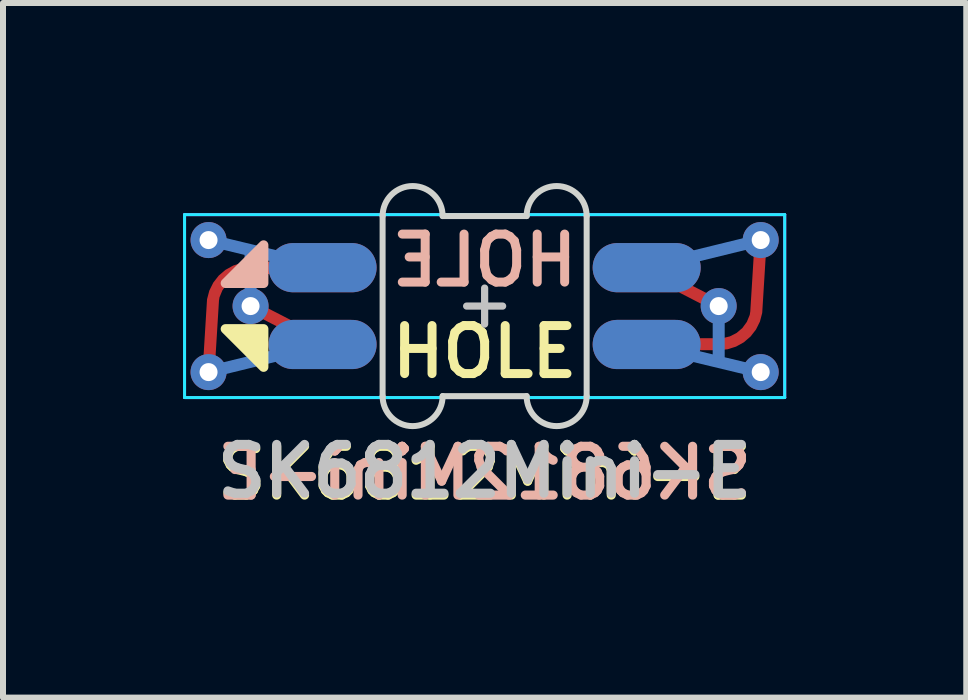
<source format=kicad_pcb>
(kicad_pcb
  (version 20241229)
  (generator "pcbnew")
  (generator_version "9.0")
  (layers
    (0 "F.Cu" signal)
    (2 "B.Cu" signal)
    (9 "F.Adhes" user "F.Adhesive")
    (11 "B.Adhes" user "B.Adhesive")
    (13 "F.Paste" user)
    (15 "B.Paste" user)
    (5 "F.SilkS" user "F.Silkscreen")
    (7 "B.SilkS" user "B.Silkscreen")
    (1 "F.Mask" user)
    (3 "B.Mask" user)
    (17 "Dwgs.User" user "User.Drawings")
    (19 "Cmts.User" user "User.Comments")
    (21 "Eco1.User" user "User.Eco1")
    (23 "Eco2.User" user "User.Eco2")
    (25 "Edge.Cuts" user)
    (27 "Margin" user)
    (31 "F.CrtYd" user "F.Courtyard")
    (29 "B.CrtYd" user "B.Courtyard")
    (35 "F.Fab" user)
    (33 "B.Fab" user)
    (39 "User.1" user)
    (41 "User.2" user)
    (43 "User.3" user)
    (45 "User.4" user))
  (footprint "SK6812Mini-E"
    (layer "F.Cu")
    (at 5.025 2.05)
    (property "Reference" "SK6812Mini-E" (at 0 2.75 0) (layer "Dwgs.User") (effects (font (size 0.813 0.813) (thickness 0.152))))
    (attr through_hole)
    (fp_poly (pts (xy -4.318 0.381) (xy -3.683 0.381) (xy -3.683 1.016)) (stroke (width 0.16) (type solid)) (fill yes) (layer "F.SilkS"))
    (fp_poly (pts (xy -3.683 -1.016) (xy -3.683 -0.381) (xy -4.318 -0.381)) (stroke (width 0.16) (type solid)) (fill yes) (layer "B.SilkS"))
    (fp_line (start -0.3 0) (end 0.3 0) (stroke (width 0.12) (type solid)) (layer "Dwgs.User"))
    (fp_line (start 0 0.3) (end 0 -0.3) (stroke (width 0.12) (type solid)) (layer "Dwgs.User"))
    (fp_line (start -1.7 -1.5) (end -1.7 1.5) (stroke (width 0.1) (type solid)) (layer "Edge.Cuts"))
    (fp_line (start -0.7 -1.5) (end 0.7 -1.5) (stroke (width 0.1) (type solid)) (layer "Edge.Cuts"))
    (fp_line (start -0.7 1.5) (end 0.7 1.5) (stroke (width 0.1) (type solid)) (layer "Edge.Cuts"))
    (fp_line (start 1.7 1.5) (end 1.7 -1.5) (stroke (width 0.1) (type solid)) (layer "Edge.Cuts"))
    (fp_arc (start -1.7 -1.5) (mid -1.2 -2) (end -0.7 -1.5) (stroke (width 0.1) (type solid)) (layer "Edge.Cuts"))
    (fp_arc (start -0.7 1.5) (mid -1.2 2) (end -1.7 1.5) (stroke (width 0.1) (type solid)) (layer "Edge.Cuts"))
    (fp_arc (start 0.7 -1.5) (mid 1.2 -2) (end 1.7 -1.5) (stroke (width 0.1) (type solid)) (layer "Edge.Cuts"))
    (fp_arc (start 1.7 1.5) (mid 1.2 2) (end 0.7 1.5) (stroke (width 0.1) (type solid)) (layer "Edge.Cuts"))
    (fp_line (start -5 -1.524) (end 5 -1.524) (stroke (width 0.05) (type solid)) (layer "B.CrtYd"))
    (fp_line (start -5 1.524) (end -5 -1.524) (stroke (width 0.05) (type solid)) (layer "B.CrtYd"))
    (fp_line (start 5 -1.524) (end 5 1.524) (stroke (width 0.05) (type solid)) (layer "B.CrtYd"))
    (fp_line (start 5 1.524) (end -5 1.524) (stroke (width 0.05) (type solid)) (layer "B.CrtYd"))
    (fp_line (start -5 -1.524) (end -5 1.524) (stroke (width 0.05) (type solid)) (layer "F.CrtYd"))
    (fp_line (start -5 -1.524) (end 5 -1.524) (stroke (width 0.05) (type solid)) (layer "F.CrtYd"))
    (fp_line (start 5 -1.524) (end 5 1.524) (stroke (width 0.05) (type solid)) (layer "F.CrtYd"))
    (fp_line (start 5 1.524) (end -5 1.524) (stroke (width 0.05) (type solid)) (layer "F.CrtYd"))
    (fp_text user "HOLE" (at 0 0.762 0) (layer "F.SilkS") (effects (font (size 0.8 0.8) (thickness 0.15))))
    (fp_text user "${REFERENCE}" (at 0 2.781 0) (layer "F.SilkS") (effects (font (size 0.813 0.813) (thickness 0.152))))
    (fp_text user "${REFERENCE}" (at 0 2.781 0) (layer "B.SilkS") (effects (font (size 0.813 0.813) (thickness 0.152)) (justify mirror)))
    (fp_text user "HOLE" (at 0 -0.762 0) (layer "B.SilkS") (effects (font (size 0.8 0.8) (thickness 0.15)) (justify mirror)))
    (pad "1" smd custom (at 2.7 -0.64 180) (size 0.01 0.01) (layers "F.Cu") (options (anchor circle)) (primitives (gr_line (start -1.2 -0.64) (end 0.033 -0.005) (width 0.2))))
    (pad "1" smd oval (at 2.7 -0.64) (size 1.8 0.82) (layers "F.Cu" "F.Mask" "F.Paste"))
    (pad "1" smd custom (at 2.7 0.64 180) (size 0.01 0.01) (layers "B.Cu") (options (anchor circle)) (primitives (gr_line (start 0.033 0.005) (end -1.9 -0.46) (width 0.2)) (gr_line (start -1.2 0.64) (end -1.2 -0.26) (width 0.2))))
    (pad "1" smd oval (at 2.7 0.64) (size 1.8 0.82) (layers "B.Cu" "B.Mask" "B.Paste"))
    (pad "1" thru_hole circle (at 3.9 0 180) (size 0.6 0.6) (drill 0.3) (layers "*.Cu"))
    (pad "1" thru_hole circle (at 4.6 1.1 180) (size 0.6 0.6) (drill 0.3) (layers "*.Cu"))
    (pad "2" smd custom (at 2.7 -0.64 180) (size 0.01 0.01) (layers "B.Cu") (options (anchor circle)) (primitives (gr_line (start -1.9 0.46) (end 0 -0.005) (width 0.2))))
    (pad "2" smd oval (at 2.7 -0.64) (size 1.8 0.82) (layers "B.Cu" "B.Mask" "B.Paste"))
    (pad "2" smd custom (at 2.7 0.64 180) (size 0.01 0.01) (layers "F.Cu") (options (anchor circle)) (primitives (gr_arc (start -1.826182 0.540664) (mid -1.611821 0.157503) (end -1.20011 0.005001) (width 0.2)) (gr_line (start -1.826 0.541) (end -1.9 1.74) (width 0.2)) (gr_line (start -1.199 0.005) (end 0 0.005) (width 0.2))))
    (pad "2" smd oval (at 2.7 0.64) (size 1.8 0.82) (layers "F.Cu" "F.Mask" "F.Paste"))
    (pad "2" thru_hole circle (at 4.6 -1.1 180) (size 0.6 0.6) (drill 0.3) (layers "*.Cu"))
    (pad "3" thru_hole circle (at -4.6 -1.1) (size 0.6 0.6) (drill 0.3) (layers "*.Cu"))
    (pad "3" thru_hole circle (at -3.9 0) (size 0.6 0.6) (drill 0.3) (layers "*.Cu"))
    (pad "3" smd custom (at -2.7 -0.64) (size 0.01 0.01) (layers "B.Cu") (options (anchor circle)) (primitives (gr_line (start 0.033 0.005) (end -1.9 -0.46) (width 0.2)) (gr_line (start -1.2 0.64) (end -1.2 -0.26) (width 0.2))))
    (pad "3" smd oval (at -2.7 -0.64) (size 1.8 0.82) (layers "B.Cu" "B.Mask" "B.Paste"))
    (pad "3" smd custom (at -2.7 0.64) (size 0.01 0.01) (layers "F.Cu") (options (anchor circle)) (primitives (gr_line (start -1.2 -0.64) (end 0.033 -0.005) (width 0.2))))
    (pad "3" smd oval (at -2.7 0.64) (size 1.8 0.82) (layers "F.Cu" "F.Mask" "F.Paste"))
    (pad "4" thru_hole circle (at -4.6 1.1) (size 0.6 0.6) (drill 0.3) (layers "*.Cu"))
    (pad "4" smd custom (at -2.7 -0.64) (size 0.01 0.01) (layers "F.Cu") (options (anchor circle)) (primitives (gr_arc (start -1.826182 0.540664) (mid -1.611821 0.157503) (end -1.20011 0.005001) (width 0.2)) (gr_line (start -1.826 0.541) (end -1.9 1.74) (width 0.2)) (gr_line (start -1.199 0.005) (end 0 0.005) (width 0.2))))
    (pad "4" smd oval (at -2.7 -0.64) (size 1.8 0.82) (layers "F.Cu" "F.Mask" "F.Paste"))
    (pad "4" smd custom (at -2.7 0.64) (size 0.01 0.01) (layers "B.Cu") (options (anchor circle)) (primitives (gr_line (start -1.9 0.46) (end 0 -0.005) (width 0.2))))
    (pad "4" smd oval (at -2.7 0.64) (size 1.8 0.82) (layers "B.Cu" "B.Mask" "B.Paste")))
  (gr_rect
    (start -3 -3)
    (end 13.05 8.574)
    (stroke (width 0.1) (type default))
    (fill no)
    (layer "Edge.Cuts")))
</source>
